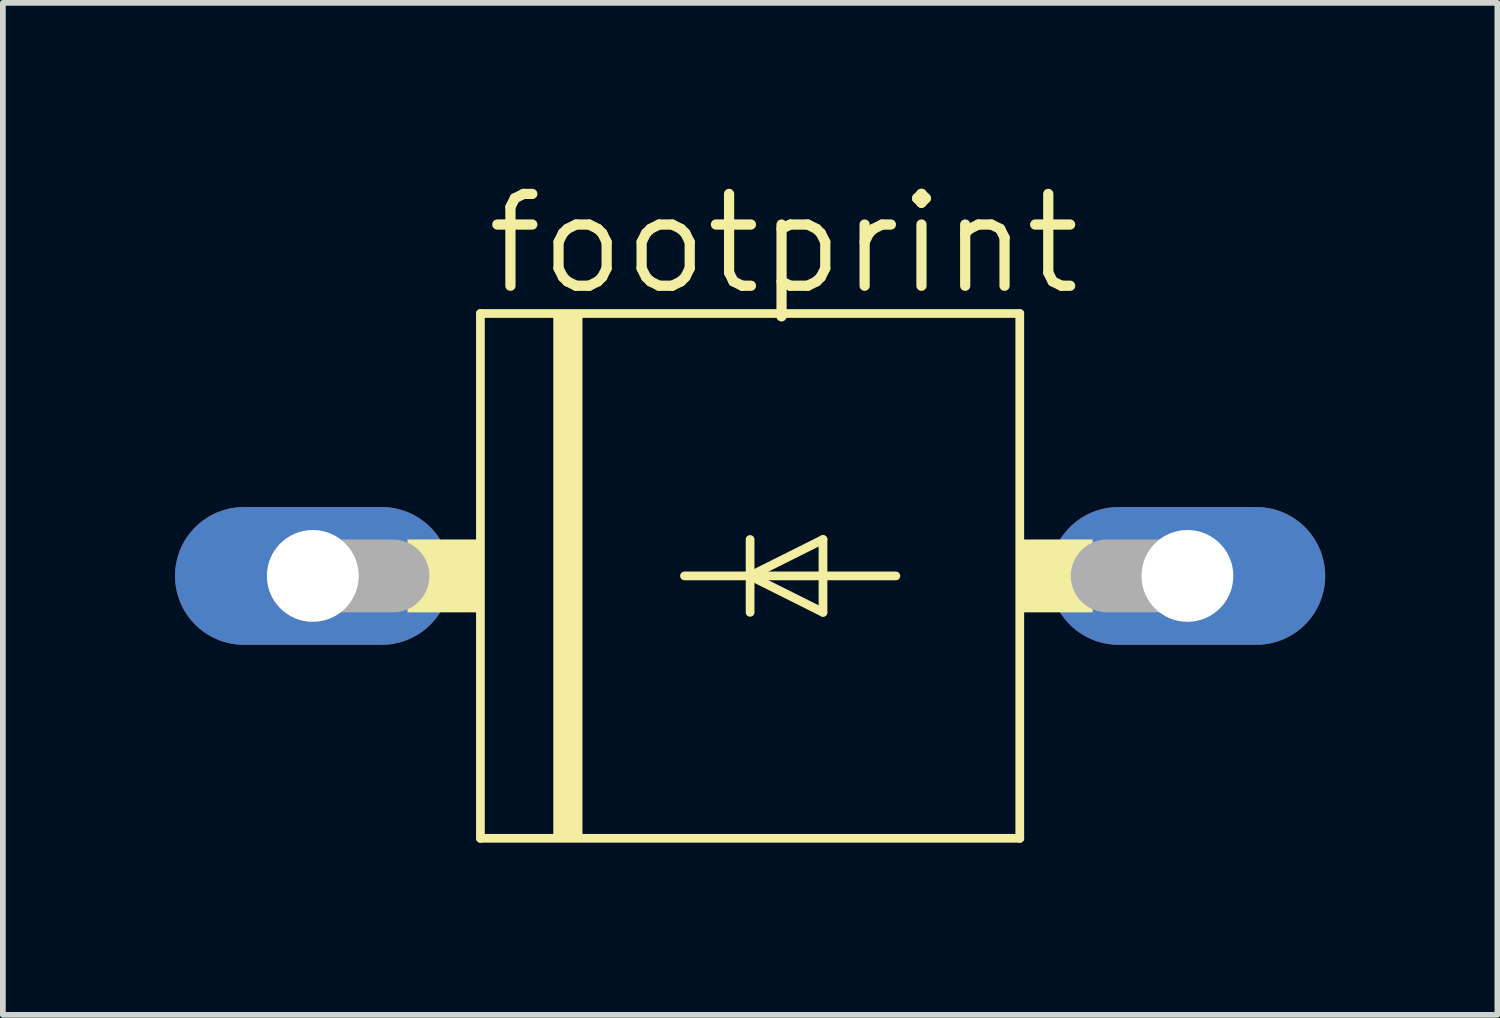
<source format=kicad_pcb>
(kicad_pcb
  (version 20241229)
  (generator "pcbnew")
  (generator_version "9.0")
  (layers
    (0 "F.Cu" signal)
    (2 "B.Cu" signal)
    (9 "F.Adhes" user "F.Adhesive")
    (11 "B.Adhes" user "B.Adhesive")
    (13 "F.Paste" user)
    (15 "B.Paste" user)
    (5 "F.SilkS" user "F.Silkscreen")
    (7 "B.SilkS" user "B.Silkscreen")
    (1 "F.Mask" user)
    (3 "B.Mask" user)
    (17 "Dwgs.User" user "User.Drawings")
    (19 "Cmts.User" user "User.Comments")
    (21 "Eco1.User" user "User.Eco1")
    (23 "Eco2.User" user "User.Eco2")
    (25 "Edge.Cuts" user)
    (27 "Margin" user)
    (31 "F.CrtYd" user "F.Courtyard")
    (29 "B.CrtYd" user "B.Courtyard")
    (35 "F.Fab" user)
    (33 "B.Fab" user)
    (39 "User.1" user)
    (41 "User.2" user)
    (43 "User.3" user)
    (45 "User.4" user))
  (footprint "footprint"
    (layer "F.Cu")
    (at 10.02 6.985)
    (property "Reference" "footprint" (at -4.674 -4.851 0) (layer "F.SilkS") (effects (font (size 1.6 1.6) (thickness 0.178)) (justify left bottom)))
    (fp_line (start -4.699 -4.572) (end 4.699 -4.572) (stroke (width 0.152) (type solid)) (layer "F.SilkS"))
    (fp_line (start -4.699 4.572) (end -4.699 -4.572) (stroke (width 0.152) (type solid)) (layer "F.SilkS"))
    (fp_line (start -1.143 0) (end 0 0) (stroke (width 0.152) (type solid)) (layer "F.SilkS"))
    (fp_line (start 0 -0.635) (end 0 0) (stroke (width 0.152) (type solid)) (layer "F.SilkS"))
    (fp_line (start 0 0) (end 0 0.635) (stroke (width 0.152) (type solid)) (layer "F.SilkS"))
    (fp_line (start 0 0) (end 1.27 -0.635) (stroke (width 0.152) (type solid)) (layer "F.SilkS"))
    (fp_line (start 0 0) (end 2.54 0) (stroke (width 0.152) (type solid)) (layer "F.SilkS"))
    (fp_line (start 1.27 -0.635) (end 1.27 0.635) (stroke (width 0.152) (type solid)) (layer "F.SilkS"))
    (fp_line (start 1.27 0.635) (end 0 0) (stroke (width 0.152) (type solid)) (layer "F.SilkS"))
    (fp_line (start 4.699 -4.572) (end 4.699 4.572) (stroke (width 0.152) (type solid)) (layer "F.SilkS"))
    (fp_line (start 4.699 4.572) (end -4.699 4.572) (stroke (width 0.152) (type solid)) (layer "F.SilkS"))
    (fp_poly (pts (xy -5.969 0.635) (xy -4.699 0.635) (xy -4.699 -0.635) (xy -5.969 -0.635)) (stroke (width 0) (type solid)) (fill yes) (layer "F.SilkS"))
    (fp_poly (pts (xy -3.429 4.572) (xy -2.921 4.572) (xy -2.921 -4.572) (xy -3.429 -4.572)) (stroke (width 0) (type solid)) (fill yes) (layer "F.SilkS"))
    (fp_poly (pts (xy 4.699 0.635) (xy 5.969 0.635) (xy 5.969 -0.635) (xy 4.699 -0.635)) (stroke (width 0) (type solid)) (fill yes) (layer "F.SilkS"))
    (fp_line (start -7.62 0) (end -6.223 0) (stroke (width 1.27) (type solid)) (layer "F.Fab"))
    (fp_line (start 7.62 0) (end 6.223 0) (stroke (width 1.27) (type solid)) (layer "F.Fab"))
    (pad "A" thru_hole oval (at 7.62 0) (size 4.801 2.4) (drill 1.6) (layers "*.Cu" "*.Mask"))
    (pad "C" thru_hole oval (at -7.62 0) (size 4.801 2.4) (drill 1.6) (layers "*.Cu" "*.Mask")))
  (gr_rect
    (start -3 -3)
    (end 23.041 14.633)
    (stroke (width 0.1) (type default))
    (fill no)
    (layer "Edge.Cuts")))
</source>
